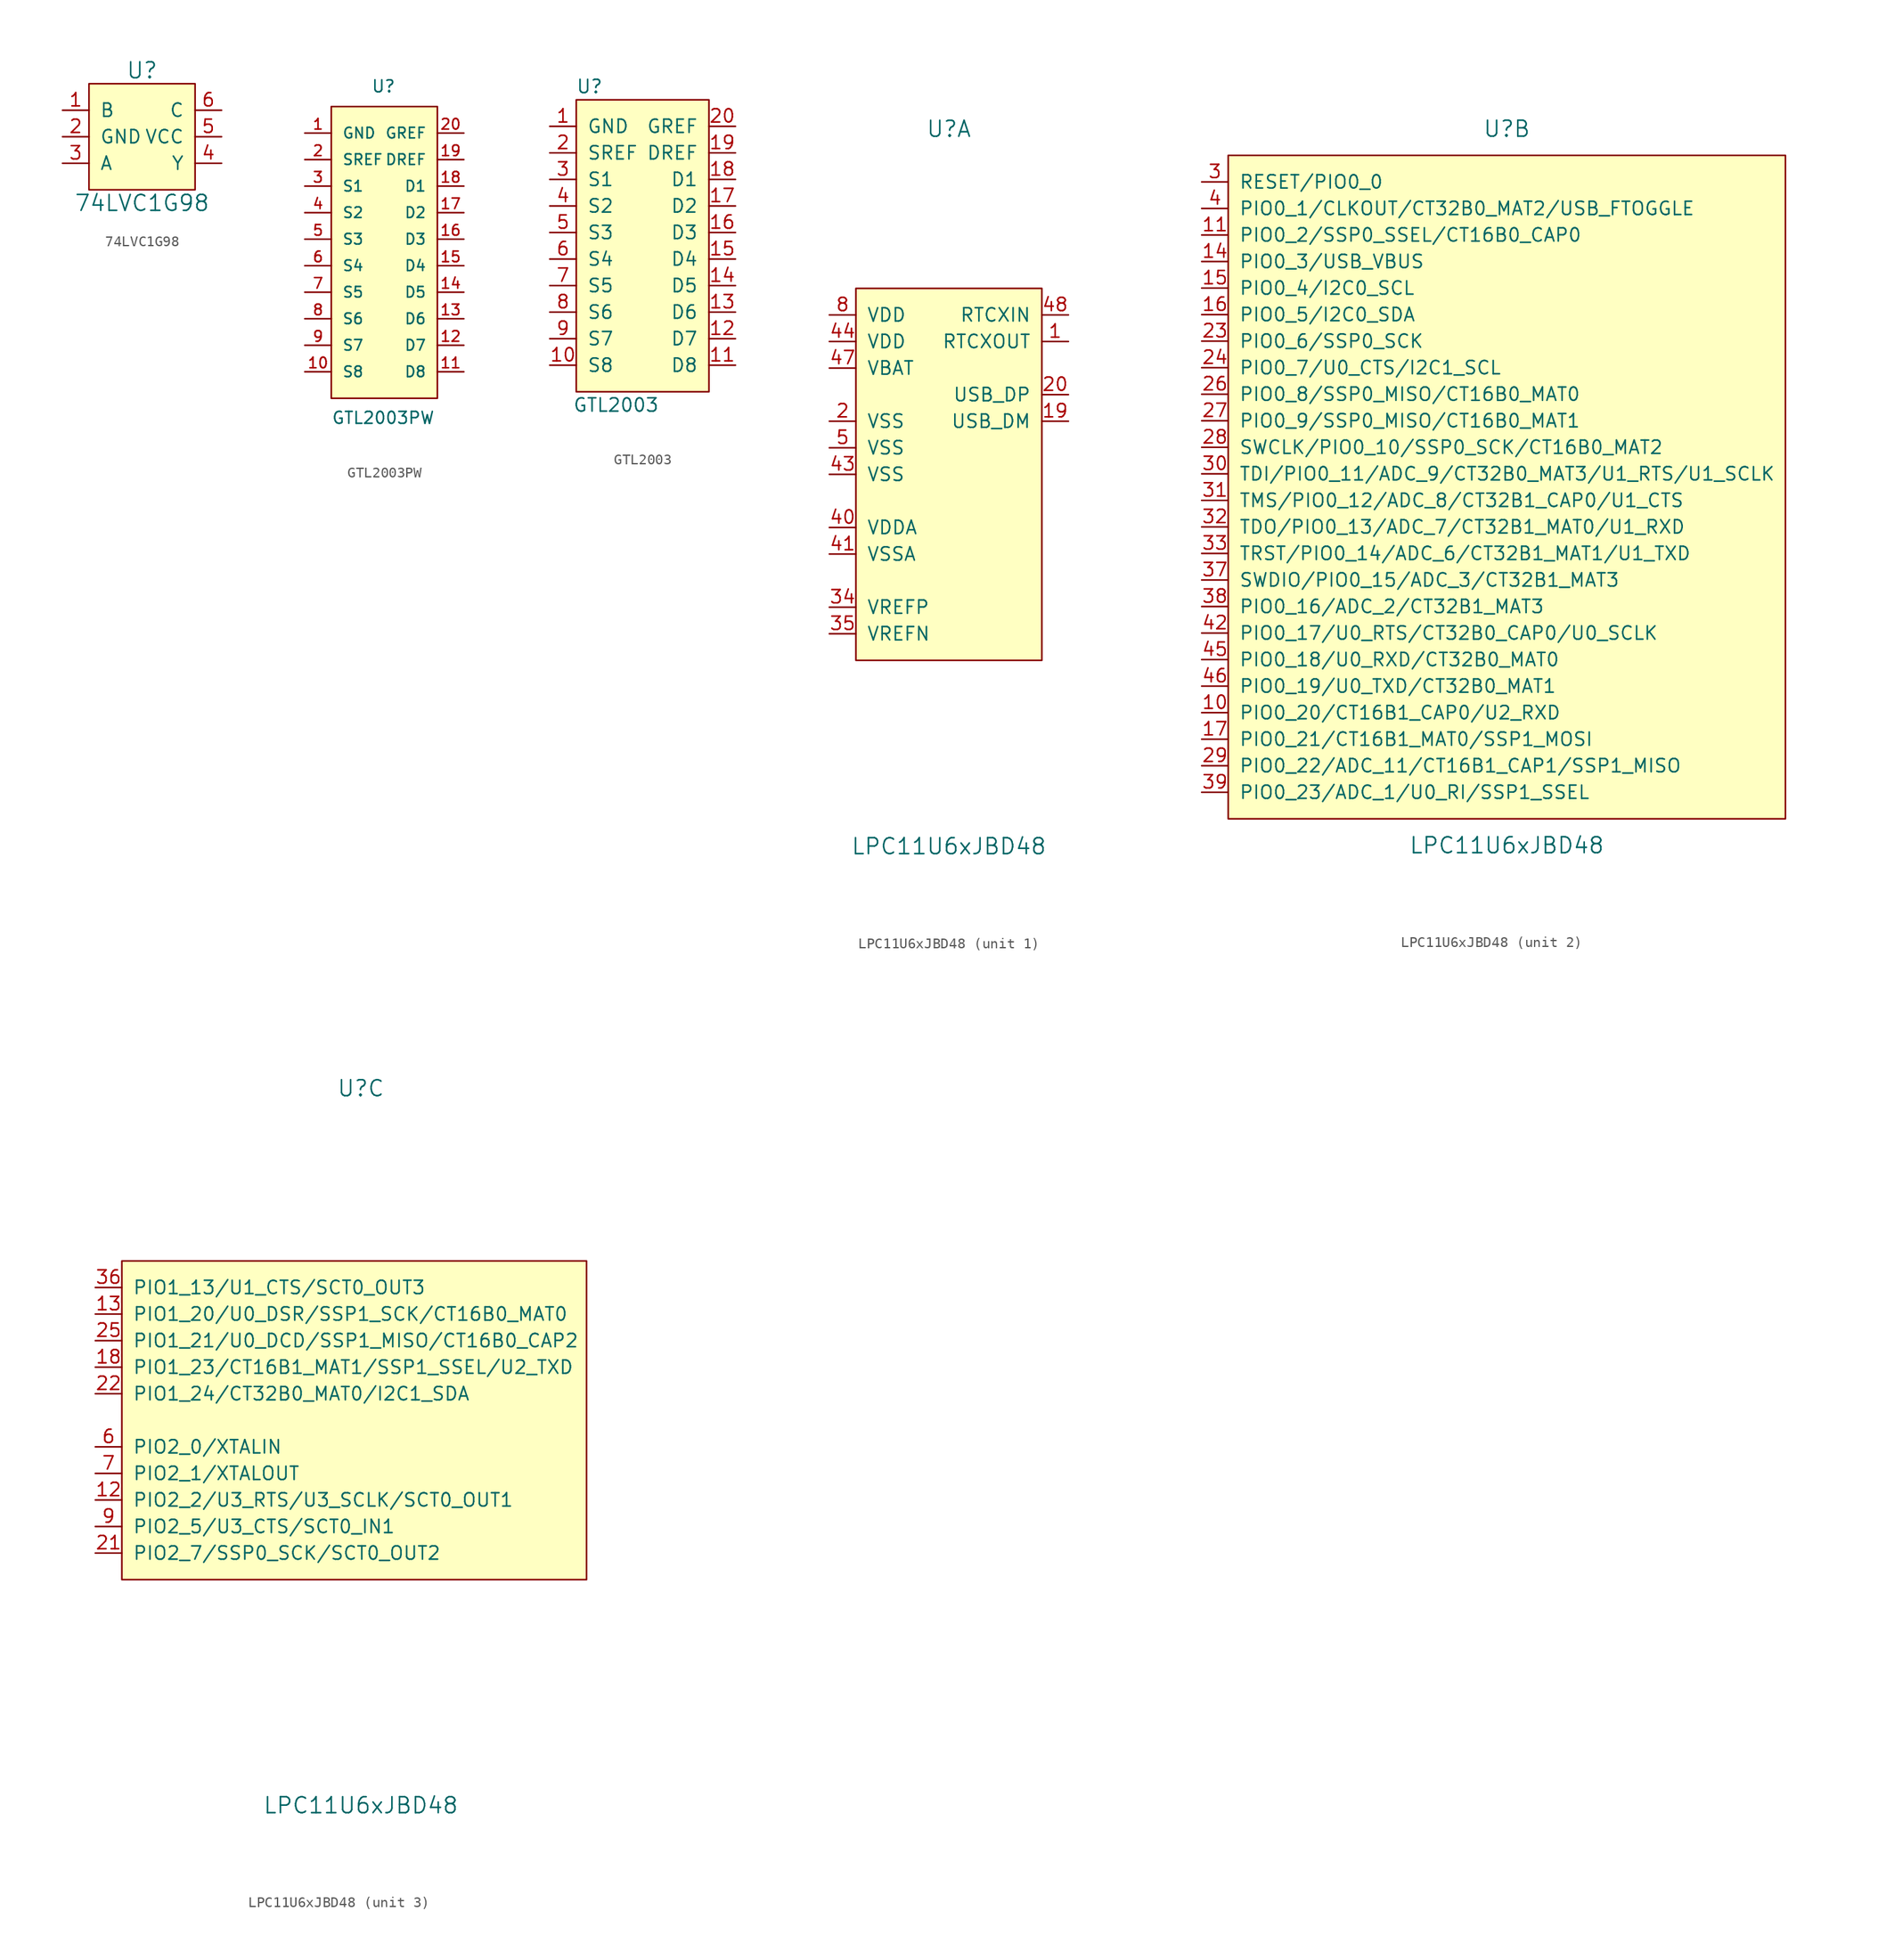
<source format=kicad_sym>
(kicad_symbol_lib
  (version 20211014)
  (generator kicad_symbol_editor)
  (symbol "74LVC1G98"
    (pin_names
      (offset 1.016))
    (property "Reference" "U"
      (at 0 6.35 0)
      (effects (font (size 1.524 1.524))))
    (property "Value" "74LVC1G98"
      (at 0 -6.35 0)
      (effects (font (size 1.524 1.524))))
    (symbol "74LVC1G98_0_1"
      (rectangle (start 5.08 5.08) (end -5.08 -5.08) (stroke (width 0) (type default) (color 0 0 0 0)) (fill (type background))))
    (symbol "74LVC1G98_1_1"
      (pin input line (at -7.62 2.54 0) (length 2.54) (name "B" (effects (font (size 1.27 1.27)))) (number "1" (effects (font (size 1.27 1.27)))))
      (pin power_in line (at -7.62 0 0) (length 2.54) (name "GND" (effects (font (size 1.27 1.27)))) (number "2" (effects (font (size 1.27 1.27)))))
      (pin input line (at -7.62 -2.54 0) (length 2.54) (name "A" (effects (font (size 1.27 1.27)))) (number "3" (effects (font (size 1.27 1.27)))))
      (pin output line (at 7.62 -2.54 180) (length 2.54) (name "Y" (effects (font (size 1.27 1.27)))) (number "4" (effects (font (size 1.27 1.27)))))
      (pin output line (at 7.62 0 180) (length 2.54) (name "VCC" (effects (font (size 1.27 1.27)))) (number "5" (effects (font (size 1.27 1.27)))))
      (pin input line (at 7.62 2.54 180) (length 2.54) (name "C" (effects (font (size 1.27 1.27)))) (number "6" (effects (font (size 1.27 1.27)))))))
  (symbol "GTL2003PW"
    (pin_names
      (offset 1.016))
    (property "Reference" "U"
      (at -1.27 13.97 0)
      (effects (font (size 1.143 1.143)) (justify left bottom)))
    (property "Value" "GTL2003PW"
      (at -5.08 -17.78 0)
      (effects (font (size 1.143 1.143)) (justify left bottom)))
    (property "Datasheet" ""
      (at 0 0 0)
      (effects (font (size 1.524 1.524))))
    (symbol "GTL2003PW_1_1"
      (rectangle (start -5.08 12.7) (end 5.08 -15.24) (stroke (width 0) (type default) (color 0 0 0 0)) (fill (type background)))
      (pin power_in line (at -7.62 10.16 0) (length 2.54) (name "GND" (effects (font (size 1.016 1.016)))) (number "1" (effects (font (size 1.016 1.016)))))
      (pin bidirectional line (at -7.62 -12.7 0) (length 2.54) (name "S8" (effects (font (size 1.016 1.016)))) (number "10" (effects (font (size 1.016 1.016)))))
      (pin bidirectional line (at 7.62 -12.7 180) (length 2.54) (name "D8" (effects (font (size 1.016 1.016)))) (number "11" (effects (font (size 1.016 1.016)))))
      (pin bidirectional line (at 7.62 -10.16 180) (length 2.54) (name "D7" (effects (font (size 1.016 1.016)))) (number "12" (effects (font (size 1.016 1.016)))))
      (pin bidirectional line (at 7.62 -7.62 180) (length 2.54) (name "D6" (effects (font (size 1.016 1.016)))) (number "13" (effects (font (size 1.016 1.016)))))
      (pin bidirectional line (at 7.62 -5.08 180) (length 2.54) (name "D5" (effects (font (size 1.016 1.016)))) (number "14" (effects (font (size 1.016 1.016)))))
      (pin bidirectional line (at 7.62 -2.54 180) (length 2.54) (name "D4" (effects (font (size 1.016 1.016)))) (number "15" (effects (font (size 1.016 1.016)))))
      (pin bidirectional line (at 7.62 0 180) (length 2.54) (name "D3" (effects (font (size 1.016 1.016)))) (number "16" (effects (font (size 1.016 1.016)))))
      (pin bidirectional line (at 7.62 2.54 180) (length 2.54) (name "D2" (effects (font (size 1.016 1.016)))) (number "17" (effects (font (size 1.016 1.016)))))
      (pin bidirectional line (at 7.62 5.08 180) (length 2.54) (name "D1" (effects (font (size 1.016 1.016)))) (number "18" (effects (font (size 1.016 1.016)))))
      (pin bidirectional line (at 7.62 7.62 180) (length 2.54) (name "DREF" (effects (font (size 1.016 1.016)))) (number "19" (effects (font (size 1.016 1.016)))))
      (pin bidirectional line (at -7.62 7.62 0) (length 2.54) (name "SREF" (effects (font (size 1.016 1.016)))) (number "2" (effects (font (size 1.016 1.016)))))
      (pin bidirectional line (at 7.62 10.16 180) (length 2.54) (name "GREF" (effects (font (size 1.016 1.016)))) (number "20" (effects (font (size 1.016 1.016)))))
      (pin bidirectional line (at -7.62 5.08 0) (length 2.54) (name "S1" (effects (font (size 1.016 1.016)))) (number "3" (effects (font (size 1.016 1.016)))))
      (pin bidirectional line (at -7.62 2.54 0) (length 2.54) (name "S2" (effects (font (size 1.016 1.016)))) (number "4" (effects (font (size 1.016 1.016)))))
      (pin bidirectional line (at -7.62 0 0) (length 2.54) (name "S3" (effects (font (size 1.016 1.016)))) (number "5" (effects (font (size 1.016 1.016)))))
      (pin bidirectional line (at -7.62 -2.54 0) (length 2.54) (name "S4" (effects (font (size 1.016 1.016)))) (number "6" (effects (font (size 1.016 1.016)))))
      (pin bidirectional line (at -7.62 -5.08 0) (length 2.54) (name "S5" (effects (font (size 1.016 1.016)))) (number "7" (effects (font (size 1.016 1.016)))))
      (pin bidirectional line (at -7.62 -7.62 0) (length 2.54) (name "S6" (effects (font (size 1.016 1.016)))) (number "8" (effects (font (size 1.016 1.016)))))
      (pin bidirectional line (at -7.62 -10.16 0) (length 2.54) (name "S7" (effects (font (size 1.016 1.016)))) (number "9" (effects (font (size 1.016 1.016)))))))
  (symbol "GTL2003"
    (pin_names
      (offset 1.016))
    (property "Reference" "U"
      (at -5.08 15.24 0)
      (effects (font (size 1.27 1.27))))
    (property "Value" "GTL2003"
      (at -2.54 -15.24 0)
      (effects (font (size 1.27 1.27))))
    (symbol "GTL2003_0_1"
      (rectangle (start -6.35 13.97) (end 6.35 -13.97) (stroke (width 0) (type default) (color 0 0 0 0)) (fill (type background))))
    (symbol "GTL2003_1_1"
      (pin power_in line (at -8.89 11.43 0) (length 2.54) (name "GND" (effects (font (size 1.27 1.27)))) (number "1" (effects (font (size 1.27 1.27)))))
      (pin bidirectional line (at -8.89 -11.43 0) (length 2.54) (name "S8" (effects (font (size 1.27 1.27)))) (number "10" (effects (font (size 1.27 1.27)))))
      (pin bidirectional line (at 8.89 -11.43 180) (length 2.54) (name "D8" (effects (font (size 1.27 1.27)))) (number "11" (effects (font (size 1.27 1.27)))))
      (pin bidirectional line (at 8.89 -8.89 180) (length 2.54) (name "D7" (effects (font (size 1.27 1.27)))) (number "12" (effects (font (size 1.27 1.27)))))
      (pin bidirectional line (at 8.89 -6.35 180) (length 2.54) (name "D6" (effects (font (size 1.27 1.27)))) (number "13" (effects (font (size 1.27 1.27)))))
      (pin bidirectional line (at 8.89 -3.81 180) (length 2.54) (name "D5" (effects (font (size 1.27 1.27)))) (number "14" (effects (font (size 1.27 1.27)))))
      (pin bidirectional line (at 8.89 -1.27 180) (length 2.54) (name "D4" (effects (font (size 1.27 1.27)))) (number "15" (effects (font (size 1.27 1.27)))))
      (pin bidirectional line (at 8.89 1.27 180) (length 2.54) (name "D3" (effects (font (size 1.27 1.27)))) (number "16" (effects (font (size 1.27 1.27)))))
      (pin bidirectional line (at 8.89 3.81 180) (length 2.54) (name "D2" (effects (font (size 1.27 1.27)))) (number "17" (effects (font (size 1.27 1.27)))))
      (pin bidirectional line (at 8.89 6.35 180) (length 2.54) (name "D1" (effects (font (size 1.27 1.27)))) (number "18" (effects (font (size 1.27 1.27)))))
      (pin bidirectional line (at 8.89 8.89 180) (length 2.54) (name "DREF" (effects (font (size 1.27 1.27)))) (number "19" (effects (font (size 1.27 1.27)))))
      (pin input line (at -8.89 8.89 0) (length 2.54) (name "SREF" (effects (font (size 1.27 1.27)))) (number "2" (effects (font (size 1.27 1.27)))))
      (pin bidirectional line (at 8.89 11.43 180) (length 2.54) (name "GREF" (effects (font (size 1.27 1.27)))) (number "20" (effects (font (size 1.27 1.27)))))
      (pin bidirectional line (at -8.89 6.35 0) (length 2.54) (name "S1" (effects (font (size 1.27 1.27)))) (number "3" (effects (font (size 1.27 1.27)))))
      (pin bidirectional line (at -8.89 3.81 0) (length 2.54) (name "S2" (effects (font (size 1.27 1.27)))) (number "4" (effects (font (size 1.27 1.27)))))
      (pin bidirectional line (at -8.89 1.27 0) (length 2.54) (name "S3" (effects (font (size 1.27 1.27)))) (number "5" (effects (font (size 1.27 1.27)))))
      (pin bidirectional line (at -8.89 -1.27 0) (length 2.54) (name "S4" (effects (font (size 1.27 1.27)))) (number "6" (effects (font (size 1.27 1.27)))))
      (pin bidirectional line (at -8.89 -3.81 0) (length 2.54) (name "S5" (effects (font (size 1.27 1.27)))) (number "7" (effects (font (size 1.27 1.27)))))
      (pin bidirectional line (at -8.89 -6.35 0) (length 2.54) (name "S6" (effects (font (size 1.27 1.27)))) (number "8" (effects (font (size 1.27 1.27)))))
      (pin bidirectional line (at -8.89 -8.89 0) (length 2.54) (name "S7" (effects (font (size 1.27 1.27)))) (number "9" (effects (font (size 1.27 1.27)))))))
  (symbol "LPC11U6xJBD48"
    (pin_names
      (offset 1.016))
    (property "Reference" "U"
      (at 0 31.75 0)
      (effects (font (size 1.524 1.524))))
    (property "Value" "LPC11U6xJBD48"
      (at 0 -36.83 0)
      (effects (font (size 1.524 1.524))))
    (property "ki_locked" ""
      (at 0 0 0)
      (effects (font (size 1.27 1.27))))
    (symbol "LPC11U6xJBD48_1_1"
      (rectangle (start -8.89 16.51) (end 8.89 -19.05) (stroke (width 0) (type default) (color 0 0 0 0)) (fill (type background)))
      (pin output line (at 11.43 11.43 180) (length 2.54) (name "RTCXOUT" (effects (font (size 1.27 1.27)))) (number "1" (effects (font (size 1.27 1.27)))))
      (pin bidirectional line (at 11.43 3.81 180) (length 2.54) (name "USB_DM" (effects (font (size 1.27 1.27)))) (number "19" (effects (font (size 1.27 1.27)))))
      (pin power_in line (at -11.43 3.81 0) (length 2.54) (name "VSS" (effects (font (size 1.27 1.27)))) (number "2" (effects (font (size 1.27 1.27)))))
      (pin bidirectional line (at 11.43 6.35 180) (length 2.54) (name "USB_DP" (effects (font (size 1.27 1.27)))) (number "20" (effects (font (size 1.27 1.27)))))
      (pin power_in line (at -11.43 -13.97 0) (length 2.54) (name "VREFP" (effects (font (size 1.27 1.27)))) (number "34" (effects (font (size 1.27 1.27)))))
      (pin power_in line (at -11.43 -16.51 0) (length 2.54) (name "VREFN" (effects (font (size 1.27 1.27)))) (number "35" (effects (font (size 1.27 1.27)))))
      (pin power_in line (at -11.43 -6.35 0) (length 2.54) (name "VDDA" (effects (font (size 1.27 1.27)))) (number "40" (effects (font (size 1.27 1.27)))))
      (pin power_in line (at -11.43 -8.89 0) (length 2.54) (name "VSSA" (effects (font (size 1.27 1.27)))) (number "41" (effects (font (size 1.27 1.27)))))
      (pin power_in line (at -11.43 -1.27 0) (length 2.54) (name "VSS" (effects (font (size 1.27 1.27)))) (number "43" (effects (font (size 1.27 1.27)))))
      (pin power_in line (at -11.43 11.43 0) (length 2.54) (name "VDD" (effects (font (size 1.27 1.27)))) (number "44" (effects (font (size 1.27 1.27)))))
      (pin power_in line (at -11.43 8.89 0) (length 2.54) (name "VBAT" (effects (font (size 1.27 1.27)))) (number "47" (effects (font (size 1.27 1.27)))))
      (pin input line (at 11.43 13.97 180) (length 2.54) (name "RTCXIN" (effects (font (size 1.27 1.27)))) (number "48" (effects (font (size 1.27 1.27)))))
      (pin power_in line (at -11.43 1.27 0) (length 2.54) (name "VSS" (effects (font (size 1.27 1.27)))) (number "5" (effects (font (size 1.27 1.27)))))
      (pin power_in line (at -11.43 13.97 0) (length 2.54) (name "VDD" (effects (font (size 1.27 1.27)))) (number "8" (effects (font (size 1.27 1.27))))))
    (symbol "LPC11U6xJBD48_2_1"
      (rectangle (start -26.67 29.21) (end 26.67 -34.29) (stroke (width 0) (type default) (color 0 0 0 0)) (fill (type background)))
      (pin bidirectional line (at -29.21 -24.13 0) (length 2.54) (name "PIO0_20/CT16B1_CAP0/U2_RXD" (effects (font (size 1.27 1.27)))) (number "10" (effects (font (size 1.27 1.27)))))
      (pin bidirectional line (at -29.21 21.59 0) (length 2.54) (name "PIO0_2/SSP0_SSEL/CT16B0_CAP0" (effects (font (size 1.27 1.27)))) (number "11" (effects (font (size 1.27 1.27)))))
      (pin bidirectional line (at -29.21 19.05 0) (length 2.54) (name "PIO0_3/USB_VBUS" (effects (font (size 1.27 1.27)))) (number "14" (effects (font (size 1.27 1.27)))))
      (pin bidirectional line (at -29.21 16.51 0) (length 2.54) (name "PIO0_4/I2C0_SCL" (effects (font (size 1.27 1.27)))) (number "15" (effects (font (size 1.27 1.27)))))
      (pin bidirectional line (at -29.21 13.97 0) (length 2.54) (name "PIO0_5/I2C0_SDA" (effects (font (size 1.27 1.27)))) (number "16" (effects (font (size 1.27 1.27)))))
      (pin bidirectional line (at -29.21 -26.67 0) (length 2.54) (name "PIO0_21/CT16B1_MAT0/SSP1_MOSI" (effects (font (size 1.27 1.27)))) (number "17" (effects (font (size 1.27 1.27)))))
      (pin bidirectional line (at -29.21 11.43 0) (length 2.54) (name "PIO0_6/SSP0_SCK" (effects (font (size 1.27 1.27)))) (number "23" (effects (font (size 1.27 1.27)))))
      (pin bidirectional line (at -29.21 8.89 0) (length 2.54) (name "PIO0_7/U0_CTS/I2C1_SCL" (effects (font (size 1.27 1.27)))) (number "24" (effects (font (size 1.27 1.27)))))
      (pin bidirectional line (at -29.21 6.35 0) (length 2.54) (name "PIO0_8/SSP0_MISO/CT16B0_MAT0" (effects (font (size 1.27 1.27)))) (number "26" (effects (font (size 1.27 1.27)))))
      (pin bidirectional line (at -29.21 3.81 0) (length 2.54) (name "PIO0_9/SSP0_MISO/CT16B0_MAT1" (effects (font (size 1.27 1.27)))) (number "27" (effects (font (size 1.27 1.27)))))
      (pin bidirectional line (at -29.21 1.27 0) (length 2.54) (name "SWCLK/PIO0_10/SSP0_SCK/CT16B0_MAT2" (effects (font (size 1.27 1.27)))) (number "28" (effects (font (size 1.27 1.27)))))
      (pin bidirectional line (at -29.21 -29.21 0) (length 2.54) (name "PIO0_22/ADC_11/CT16B1_CAP1/SSP1_MISO" (effects (font (size 1.27 1.27)))) (number "29" (effects (font (size 1.27 1.27)))))
      (pin bidirectional line (at -29.21 26.67 0) (length 2.54) (name "RESET/PIO0_0" (effects (font (size 1.27 1.27)))) (number "3" (effects (font (size 1.27 1.27)))))
      (pin bidirectional line (at -29.21 -1.27 0) (length 2.54) (name "TDI/PIO0_11/ADC_9/CT32B0_MAT3/U1_RTS/U1_SCLK" (effects (font (size 1.27 1.27)))) (number "30" (effects (font (size 1.27 1.27)))))
      (pin bidirectional line (at -29.21 -3.81 0) (length 2.54) (name "TMS/PIO0_12/ADC_8/CT32B1_CAP0/U1_CTS" (effects (font (size 1.27 1.27)))) (number "31" (effects (font (size 1.27 1.27)))))
      (pin bidirectional line (at -29.21 -6.35 0) (length 2.54) (name "TDO/PIO0_13/ADC_7/CT32B1_MAT0/U1_RXD" (effects (font (size 1.27 1.27)))) (number "32" (effects (font (size 1.27 1.27)))))
      (pin bidirectional line (at -29.21 -8.89 0) (length 2.54) (name "TRST/PIO0_14/ADC_6/CT32B1_MAT1/U1_TXD" (effects (font (size 1.27 1.27)))) (number "33" (effects (font (size 1.27 1.27)))))
      (pin bidirectional line (at -29.21 -11.43 0) (length 2.54) (name "SWDIO/PIO0_15/ADC_3/CT32B1_MAT3" (effects (font (size 1.27 1.27)))) (number "37" (effects (font (size 1.27 1.27)))))
      (pin bidirectional line (at -29.21 -13.97 0) (length 2.54) (name "PIO0_16/ADC_2/CT32B1_MAT3" (effects (font (size 1.27 1.27)))) (number "38" (effects (font (size 1.27 1.27)))))
      (pin bidirectional line (at -29.21 -31.75 0) (length 2.54) (name "PIO0_23/ADC_1/U0_RI/SSP1_SSEL" (effects (font (size 1.27 1.27)))) (number "39" (effects (font (size 1.27 1.27)))))
      (pin bidirectional line (at -29.21 24.13 0) (length 2.54) (name "PIO0_1/CLKOUT/CT32B0_MAT2/USB_FTOGGLE" (effects (font (size 1.27 1.27)))) (number "4" (effects (font (size 1.27 1.27)))))
      (pin bidirectional line (at -29.21 -16.51 0) (length 2.54) (name "PIO0_17/U0_RTS/CT32B0_CAP0/U0_SCLK" (effects (font (size 1.27 1.27)))) (number "42" (effects (font (size 1.27 1.27)))))
      (pin bidirectional line (at -29.21 -19.05 0) (length 2.54) (name "PIO0_18/U0_RXD/CT32B0_MAT0" (effects (font (size 1.27 1.27)))) (number "45" (effects (font (size 1.27 1.27)))))
      (pin bidirectional line (at -29.21 -21.59 0) (length 2.54) (name "PIO0_19/U0_TXD/CT32B0_MAT1" (effects (font (size 1.27 1.27)))) (number "46" (effects (font (size 1.27 1.27))))))
    (symbol "LPC11U6xJBD48_3_1"
      (rectangle (start -22.86 15.24) (end 21.59 -15.24) (stroke (width 0) (type default) (color 0 0 0 0)) (fill (type background)))
      (pin bidirectional line (at -25.4 -7.62 0) (length 2.54) (name "PIO2_2/U3_RTS/U3_SCLK/SCT0_OUT1" (effects (font (size 1.27 1.27)))) (number "12" (effects (font (size 1.27 1.27)))))
      (pin bidirectional line (at -25.4 10.16 0) (length 2.54) (name "PIO1_20/U0_DSR/SSP1_SCK/CT16B0_MAT0" (effects (font (size 1.27 1.27)))) (number "13" (effects (font (size 1.27 1.27)))))
      (pin bidirectional line (at -25.4 5.08 0) (length 2.54) (name "PIO1_23/CT16B1_MAT1/SSP1_SSEL/U2_TXD" (effects (font (size 1.27 1.27)))) (number "18" (effects (font (size 1.27 1.27)))))
      (pin bidirectional line (at -25.4 -12.7 0) (length 2.54) (name "PIO2_7/SSP0_SCK/SCT0_OUT2" (effects (font (size 1.27 1.27)))) (number "21" (effects (font (size 1.27 1.27)))))
      (pin bidirectional line (at -25.4 2.54 0) (length 2.54) (name "PIO1_24/CT32B0_MAT0/I2C1_SDA" (effects (font (size 1.27 1.27)))) (number "22" (effects (font (size 1.27 1.27)))))
      (pin bidirectional line (at -25.4 7.62 0) (length 2.54) (name "PIO1_21/U0_DCD/SSP1_MISO/CT16B0_CAP2" (effects (font (size 1.27 1.27)))) (number "25" (effects (font (size 1.27 1.27)))))
      (pin bidirectional line (at -25.4 12.7 0) (length 2.54) (name "PIO1_13/U1_CTS/SCT0_OUT3" (effects (font (size 1.27 1.27)))) (number "36" (effects (font (size 1.27 1.27)))))
      (pin bidirectional line (at -25.4 -2.54 0) (length 2.54) (name "PIO2_0/XTALIN" (effects (font (size 1.27 1.27)))) (number "6" (effects (font (size 1.27 1.27)))))
      (pin bidirectional line (at -25.4 -5.08 0) (length 2.54) (name "PIO2_1/XTALOUT" (effects (font (size 1.27 1.27)))) (number "7" (effects (font (size 1.27 1.27)))))
      (pin bidirectional line (at -25.4 -10.16 0) (length 2.54) (name "PIO2_5/U3_CTS/SCT0_IN1" (effects (font (size 1.27 1.27)))) (number "9" (effects (font (size 1.27 1.27))))))))
</source>
